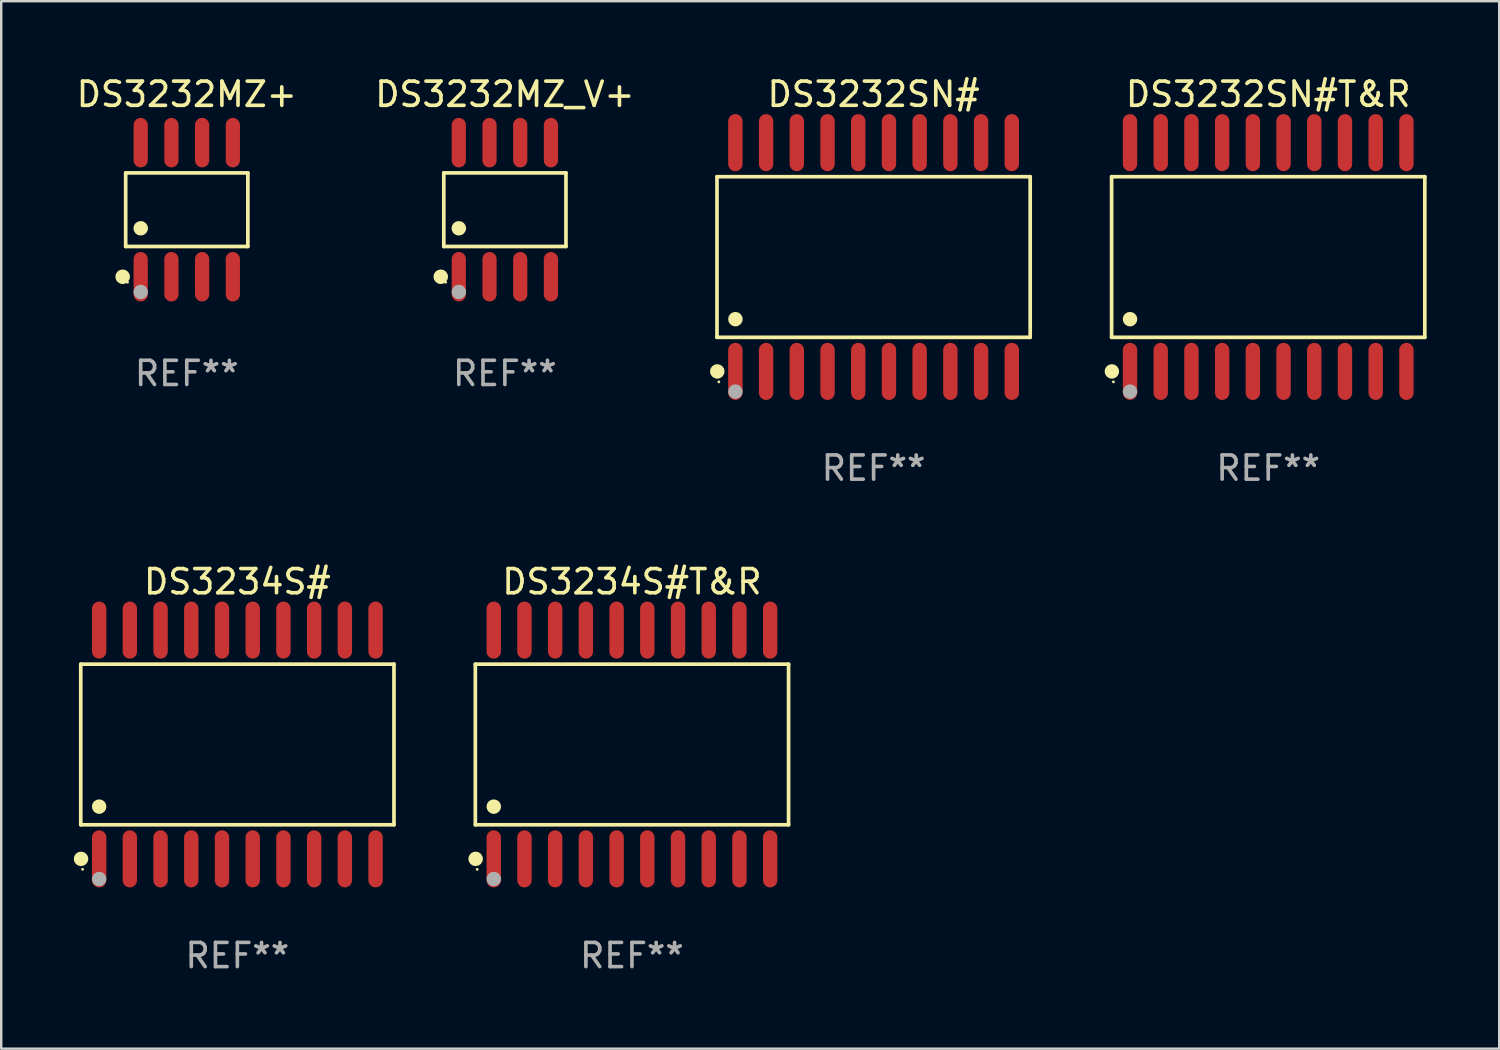
<source format=kicad_pcb>
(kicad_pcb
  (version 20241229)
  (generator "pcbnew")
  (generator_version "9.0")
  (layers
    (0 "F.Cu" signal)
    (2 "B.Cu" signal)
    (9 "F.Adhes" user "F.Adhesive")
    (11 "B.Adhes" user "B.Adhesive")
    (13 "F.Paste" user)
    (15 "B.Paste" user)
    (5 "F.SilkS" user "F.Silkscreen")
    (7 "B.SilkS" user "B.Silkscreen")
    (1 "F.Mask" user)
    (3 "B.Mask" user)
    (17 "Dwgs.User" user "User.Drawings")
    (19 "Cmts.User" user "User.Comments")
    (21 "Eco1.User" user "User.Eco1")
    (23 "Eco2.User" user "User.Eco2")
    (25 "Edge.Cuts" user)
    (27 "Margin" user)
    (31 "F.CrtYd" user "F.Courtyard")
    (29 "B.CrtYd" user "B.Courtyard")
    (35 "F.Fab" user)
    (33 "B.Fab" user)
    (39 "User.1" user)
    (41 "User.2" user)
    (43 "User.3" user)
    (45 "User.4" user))
  (footprint "DS3232MZ+"
    (layer "F.Cu")
    (at 4.673 5.621)
    (property "Reference" "DS3232MZ+" (at 0 -4.772 0) (layer "F.SilkS") (effects (font (size 1 1) (thickness 0.15))))
    (attr through_hole)
    (fp_line (start -2.526 -1.521) (end 2.526 -1.521) (stroke (width 0.152) (type solid)) (layer "F.SilkS"))
    (fp_line (start -2.526 1.521) (end -2.526 -1.521) (stroke (width 0.152) (type solid)) (layer "F.SilkS"))
    (fp_line (start 2.526 -1.521) (end 2.526 1.521) (stroke (width 0.152) (type solid)) (layer "F.SilkS"))
    (fp_line (start 2.526 1.521) (end -2.526 1.521) (stroke (width 0.152) (type solid)) (layer "F.SilkS"))
    (fp_circle (center -2.652 2.772) (end -2.501 2.772) (stroke (width 0.3) (type solid)) (fill no) (layer "F.SilkS"))
    (fp_circle (center -2.45 3) (end -2.42 3) (stroke (width 0.06) (type solid)) (fill no) (layer "F.SilkS"))
    (fp_circle (center -1.905 0.769) (end -1.755 0.769) (stroke (width 0.3) (type solid)) (fill no) (layer "F.SilkS"))
    (fp_circle (center -1.905 3.4) (end -1.755 3.4) (stroke (width 0.3) (type solid)) (fill no) (layer "F.Fab"))
    (fp_text user "REF**" (at 0 6.772 0) (layer "F.Fab") (effects (font (size 1 1) (thickness 0.15))))
    (pad "1" smd oval (at -1.905 2.772) (size 0.588 2.045) (layers "F.Cu" "F.Mask" "F.Paste"))
    (pad "2" smd oval (at -0.635 2.772) (size 0.588 2.045) (layers "F.Cu" "F.Mask" "F.Paste"))
    (pad "3" smd oval (at 0.635 2.772) (size 0.588 2.045) (layers "F.Cu" "F.Mask" "F.Paste"))
    (pad "4" smd oval (at 1.905 2.772) (size 0.588 2.045) (layers "F.Cu" "F.Mask" "F.Paste"))
    (pad "5" smd oval (at 1.905 -2.772) (size 0.588 2.045) (layers "F.Cu" "F.Mask" "F.Paste"))
    (pad "6" smd oval (at 0.635 -2.772) (size 0.588 2.045) (layers "F.Cu" "F.Mask" "F.Paste"))
    (pad "7" smd oval (at -0.635 -2.772) (size 0.588 2.045) (layers "F.Cu" "F.Mask" "F.Paste"))
    (pad "8" smd oval (at -1.905 -2.772) (size 0.588 2.045) (layers "F.Cu" "F.Mask" "F.Paste")))
  (footprint "DS3232SN#T&R"
    (layer "F.Cu")
    (at 49.392 7.578)
    (property "Reference" "DS3232SN#T&R" (at 0 -6.73 0) (layer "F.SilkS") (effects (font (size 1 1) (thickness 0.15))))
    (attr through_hole)
    (fp_line (start -6.476 -3.321) (end 6.476 -3.321) (stroke (width 0.152) (type solid)) (layer "F.SilkS"))
    (fp_line (start -6.476 3.321) (end -6.476 -3.321) (stroke (width 0.152) (type solid)) (layer "F.SilkS"))
    (fp_line (start 6.476 -3.321) (end 6.476 3.321) (stroke (width 0.152) (type solid)) (layer "F.SilkS"))
    (fp_line (start 6.476 3.321) (end -6.476 3.321) (stroke (width 0.152) (type solid)) (layer "F.SilkS"))
    (fp_circle (center -6.465 4.73) (end -6.315 4.73) (stroke (width 0.3) (type solid)) (fill no) (layer "F.SilkS"))
    (fp_circle (center -6.4 5.163) (end -6.37 5.163) (stroke (width 0.06) (type solid)) (fill no) (layer "F.SilkS"))
    (fp_circle (center -5.715 2.569) (end -5.565 2.569) (stroke (width 0.3) (type solid)) (fill no) (layer "F.SilkS"))
    (fp_circle (center -5.715 5.563) (end -5.565 5.563) (stroke (width 0.3) (type solid)) (fill no) (layer "F.Fab"))
    (fp_text user "REF**" (at 0 8.73 0) (layer "F.Fab") (effects (font (size 1 1) (thickness 0.15))))
    (pad "1" smd oval (at -5.715 4.73) (size 0.595 2.36) (layers "F.Cu" "F.Mask" "F.Paste"))
    (pad "2" smd oval (at -4.445 4.73) (size 0.595 2.36) (layers "F.Cu" "F.Mask" "F.Paste"))
    (pad "3" smd oval (at -3.175 4.73) (size 0.595 2.36) (layers "F.Cu" "F.Mask" "F.Paste"))
    (pad "4" smd oval (at -1.905 4.73) (size 0.595 2.36) (layers "F.Cu" "F.Mask" "F.Paste"))
    (pad "5" smd oval (at -0.635 4.73) (size 0.595 2.36) (layers "F.Cu" "F.Mask" "F.Paste"))
    (pad "6" smd oval (at 0.635 4.73) (size 0.595 2.36) (layers "F.Cu" "F.Mask" "F.Paste"))
    (pad "7" smd oval (at 1.905 4.73) (size 0.595 2.36) (layers "F.Cu" "F.Mask" "F.Paste"))
    (pad "8" smd oval (at 3.175 4.73) (size 0.595 2.36) (layers "F.Cu" "F.Mask" "F.Paste"))
    (pad "9" smd oval (at 4.445 4.73) (size 0.595 2.36) (layers "F.Cu" "F.Mask" "F.Paste"))
    (pad "10" smd oval (at 5.715 4.73) (size 0.595 2.36) (layers "F.Cu" "F.Mask" "F.Paste"))
    (pad "11" smd oval (at 5.715 -4.73) (size 0.595 2.36) (layers "F.Cu" "F.Mask" "F.Paste"))
    (pad "12" smd oval (at 4.445 -4.73) (size 0.595 2.36) (layers "F.Cu" "F.Mask" "F.Paste"))
    (pad "13" smd oval (at 3.175 -4.73) (size 0.595 2.36) (layers "F.Cu" "F.Mask" "F.Paste"))
    (pad "14" smd oval (at 1.905 -4.73) (size 0.595 2.36) (layers "F.Cu" "F.Mask" "F.Paste"))
    (pad "15" smd oval (at 0.635 -4.73) (size 0.595 2.36) (layers "F.Cu" "F.Mask" "F.Paste"))
    (pad "16" smd oval (at -0.635 -4.73) (size 0.595 2.36) (layers "F.Cu" "F.Mask" "F.Paste"))
    (pad "17" smd oval (at -1.905 -4.73) (size 0.595 2.36) (layers "F.Cu" "F.Mask" "F.Paste"))
    (pad "18" smd oval (at -3.175 -4.73) (size 0.595 2.36) (layers "F.Cu" "F.Mask" "F.Paste"))
    (pad "19" smd oval (at -4.445 -4.73) (size 0.595 2.36) (layers "F.Cu" "F.Mask" "F.Paste"))
    (pad "20" smd oval (at -5.715 -4.73) (size 0.595 2.36) (layers "F.Cu" "F.Mask" "F.Paste")))
  (footprint "DS3234S#"
    (layer "F.Cu")
    (at 6.765 27.735)
    (property "Reference" "DS3234S#" (at 0 -6.73 0) (layer "F.SilkS") (effects (font (size 1 1) (thickness 0.15))))
    (attr through_hole)
    (fp_line (start -6.476 -3.321) (end 6.476 -3.321) (stroke (width 0.152) (type solid)) (layer "F.SilkS"))
    (fp_line (start -6.476 3.321) (end -6.476 -3.321) (stroke (width 0.152) (type solid)) (layer "F.SilkS"))
    (fp_line (start 6.476 -3.321) (end 6.476 3.321) (stroke (width 0.152) (type solid)) (layer "F.SilkS"))
    (fp_line (start 6.476 3.321) (end -6.476 3.321) (stroke (width 0.152) (type solid)) (layer "F.SilkS"))
    (fp_circle (center -6.465 4.73) (end -6.315 4.73) (stroke (width 0.3) (type solid)) (fill no) (layer "F.SilkS"))
    (fp_circle (center -6.4 5.163) (end -6.37 5.163) (stroke (width 0.06) (type solid)) (fill no) (layer "F.SilkS"))
    (fp_circle (center -5.715 2.569) (end -5.565 2.569) (stroke (width 0.3) (type solid)) (fill no) (layer "F.SilkS"))
    (fp_circle (center -5.715 5.563) (end -5.565 5.563) (stroke (width 0.3) (type solid)) (fill no) (layer "F.Fab"))
    (fp_text user "REF**" (at 0 8.73 0) (layer "F.Fab") (effects (font (size 1 1) (thickness 0.15))))
    (pad "1" smd oval (at -5.715 4.73) (size 0.595 2.36) (layers "F.Cu" "F.Mask" "F.Paste"))
    (pad "2" smd oval (at -4.445 4.73) (size 0.595 2.36) (layers "F.Cu" "F.Mask" "F.Paste"))
    (pad "3" smd oval (at -3.175 4.73) (size 0.595 2.36) (layers "F.Cu" "F.Mask" "F.Paste"))
    (pad "4" smd oval (at -1.905 4.73) (size 0.595 2.36) (layers "F.Cu" "F.Mask" "F.Paste"))
    (pad "5" smd oval (at -0.635 4.73) (size 0.595 2.36) (layers "F.Cu" "F.Mask" "F.Paste"))
    (pad "6" smd oval (at 0.635 4.73) (size 0.595 2.36) (layers "F.Cu" "F.Mask" "F.Paste"))
    (pad "7" smd oval (at 1.905 4.73) (size 0.595 2.36) (layers "F.Cu" "F.Mask" "F.Paste"))
    (pad "8" smd oval (at 3.175 4.73) (size 0.595 2.36) (layers "F.Cu" "F.Mask" "F.Paste"))
    (pad "9" smd oval (at 4.445 4.73) (size 0.595 2.36) (layers "F.Cu" "F.Mask" "F.Paste"))
    (pad "10" smd oval (at 5.715 4.73) (size 0.595 2.36) (layers "F.Cu" "F.Mask" "F.Paste"))
    (pad "11" smd oval (at 5.715 -4.73) (size 0.595 2.36) (layers "F.Cu" "F.Mask" "F.Paste"))
    (pad "12" smd oval (at 4.445 -4.73) (size 0.595 2.36) (layers "F.Cu" "F.Mask" "F.Paste"))
    (pad "13" smd oval (at 3.175 -4.73) (size 0.595 2.36) (layers "F.Cu" "F.Mask" "F.Paste"))
    (pad "14" smd oval (at 1.905 -4.73) (size 0.595 2.36) (layers "F.Cu" "F.Mask" "F.Paste"))
    (pad "15" smd oval (at 0.635 -4.73) (size 0.595 2.36) (layers "F.Cu" "F.Mask" "F.Paste"))
    (pad "16" smd oval (at -0.635 -4.73) (size 0.595 2.36) (layers "F.Cu" "F.Mask" "F.Paste"))
    (pad "17" smd oval (at -1.905 -4.73) (size 0.595 2.36) (layers "F.Cu" "F.Mask" "F.Paste"))
    (pad "18" smd oval (at -3.175 -4.73) (size 0.595 2.36) (layers "F.Cu" "F.Mask" "F.Paste"))
    (pad "19" smd oval (at -4.445 -4.73) (size 0.595 2.36) (layers "F.Cu" "F.Mask" "F.Paste"))
    (pad "20" smd oval (at -5.715 -4.73) (size 0.595 2.36) (layers "F.Cu" "F.Mask" "F.Paste")))
  (footprint "DS3234S#T&R"
    (layer "F.Cu")
    (at 23.082 27.735)
    (property "Reference" "DS3234S#T&R" (at 0 -6.73 0) (layer "F.SilkS") (effects (font (size 1 1) (thickness 0.15))))
    (attr through_hole)
    (fp_line (start -6.476 -3.321) (end 6.476 -3.321) (stroke (width 0.152) (type solid)) (layer "F.SilkS"))
    (fp_line (start -6.476 3.321) (end -6.476 -3.321) (stroke (width 0.152) (type solid)) (layer "F.SilkS"))
    (fp_line (start 6.476 -3.321) (end 6.476 3.321) (stroke (width 0.152) (type solid)) (layer "F.SilkS"))
    (fp_line (start 6.476 3.321) (end -6.476 3.321) (stroke (width 0.152) (type solid)) (layer "F.SilkS"))
    (fp_circle (center -6.465 4.73) (end -6.315 4.73) (stroke (width 0.3) (type solid)) (fill no) (layer "F.SilkS"))
    (fp_circle (center -6.4 5.163) (end -6.37 5.163) (stroke (width 0.06) (type solid)) (fill no) (layer "F.SilkS"))
    (fp_circle (center -5.715 2.569) (end -5.565 2.569) (stroke (width 0.3) (type solid)) (fill no) (layer "F.SilkS"))
    (fp_circle (center -5.715 5.563) (end -5.565 5.563) (stroke (width 0.3) (type solid)) (fill no) (layer "F.Fab"))
    (fp_text user "REF**" (at 0 8.73 0) (layer "F.Fab") (effects (font (size 1 1) (thickness 0.15))))
    (pad "1" smd oval (at -5.715 4.73) (size 0.595 2.36) (layers "F.Cu" "F.Mask" "F.Paste"))
    (pad "2" smd oval (at -4.445 4.73) (size 0.595 2.36) (layers "F.Cu" "F.Mask" "F.Paste"))
    (pad "3" smd oval (at -3.175 4.73) (size 0.595 2.36) (layers "F.Cu" "F.Mask" "F.Paste"))
    (pad "4" smd oval (at -1.905 4.73) (size 0.595 2.36) (layers "F.Cu" "F.Mask" "F.Paste"))
    (pad "5" smd oval (at -0.635 4.73) (size 0.595 2.36) (layers "F.Cu" "F.Mask" "F.Paste"))
    (pad "6" smd oval (at 0.635 4.73) (size 0.595 2.36) (layers "F.Cu" "F.Mask" "F.Paste"))
    (pad "7" smd oval (at 1.905 4.73) (size 0.595 2.36) (layers "F.Cu" "F.Mask" "F.Paste"))
    (pad "8" smd oval (at 3.175 4.73) (size 0.595 2.36) (layers "F.Cu" "F.Mask" "F.Paste"))
    (pad "9" smd oval (at 4.445 4.73) (size 0.595 2.36) (layers "F.Cu" "F.Mask" "F.Paste"))
    (pad "10" smd oval (at 5.715 4.73) (size 0.595 2.36) (layers "F.Cu" "F.Mask" "F.Paste"))
    (pad "11" smd oval (at 5.715 -4.73) (size 0.595 2.36) (layers "F.Cu" "F.Mask" "F.Paste"))
    (pad "12" smd oval (at 4.445 -4.73) (size 0.595 2.36) (layers "F.Cu" "F.Mask" "F.Paste"))
    (pad "13" smd oval (at 3.175 -4.73) (size 0.595 2.36) (layers "F.Cu" "F.Mask" "F.Paste"))
    (pad "14" smd oval (at 1.905 -4.73) (size 0.595 2.36) (layers "F.Cu" "F.Mask" "F.Paste"))
    (pad "15" smd oval (at 0.635 -4.73) (size 0.595 2.36) (layers "F.Cu" "F.Mask" "F.Paste"))
    (pad "16" smd oval (at -0.635 -4.73) (size 0.595 2.36) (layers "F.Cu" "F.Mask" "F.Paste"))
    (pad "17" smd oval (at -1.905 -4.73) (size 0.595 2.36) (layers "F.Cu" "F.Mask" "F.Paste"))
    (pad "18" smd oval (at -3.175 -4.73) (size 0.595 2.36) (layers "F.Cu" "F.Mask" "F.Paste"))
    (pad "19" smd oval (at -4.445 -4.73) (size 0.595 2.36) (layers "F.Cu" "F.Mask" "F.Paste"))
    (pad "20" smd oval (at -5.715 -4.73) (size 0.595 2.36) (layers "F.Cu" "F.Mask" "F.Paste")))
  (footprint "DS3232SN#"
    (layer "F.Cu")
    (at 33.074 7.578)
    (property "Reference" "DS3232SN#" (at 0 -6.73 0) (layer "F.SilkS") (effects (font (size 1 1) (thickness 0.15))))
    (attr through_hole)
    (fp_line (start -6.476 -3.321) (end 6.476 -3.321) (stroke (width 0.152) (type solid)) (layer "F.SilkS"))
    (fp_line (start -6.476 3.321) (end -6.476 -3.321) (stroke (width 0.152) (type solid)) (layer "F.SilkS"))
    (fp_line (start 6.476 -3.321) (end 6.476 3.321) (stroke (width 0.152) (type solid)) (layer "F.SilkS"))
    (fp_line (start 6.476 3.321) (end -6.476 3.321) (stroke (width 0.152) (type solid)) (layer "F.SilkS"))
    (fp_circle (center -6.465 4.73) (end -6.315 4.73) (stroke (width 0.3) (type solid)) (fill no) (layer "F.SilkS"))
    (fp_circle (center -6.4 5.163) (end -6.37 5.163) (stroke (width 0.06) (type solid)) (fill no) (layer "F.SilkS"))
    (fp_circle (center -5.715 2.569) (end -5.565 2.569) (stroke (width 0.3) (type solid)) (fill no) (layer "F.SilkS"))
    (fp_circle (center -5.715 5.563) (end -5.565 5.563) (stroke (width 0.3) (type solid)) (fill no) (layer "F.Fab"))
    (fp_text user "REF**" (at 0 8.73 0) (layer "F.Fab") (effects (font (size 1 1) (thickness 0.15))))
    (pad "1" smd oval (at -5.715 4.73) (size 0.595 2.36) (layers "F.Cu" "F.Mask" "F.Paste"))
    (pad "2" smd oval (at -4.445 4.73) (size 0.595 2.36) (layers "F.Cu" "F.Mask" "F.Paste"))
    (pad "3" smd oval (at -3.175 4.73) (size 0.595 2.36) (layers "F.Cu" "F.Mask" "F.Paste"))
    (pad "4" smd oval (at -1.905 4.73) (size 0.595 2.36) (layers "F.Cu" "F.Mask" "F.Paste"))
    (pad "5" smd oval (at -0.635 4.73) (size 0.595 2.36) (layers "F.Cu" "F.Mask" "F.Paste"))
    (pad "6" smd oval (at 0.635 4.73) (size 0.595 2.36) (layers "F.Cu" "F.Mask" "F.Paste"))
    (pad "7" smd oval (at 1.905 4.73) (size 0.595 2.36) (layers "F.Cu" "F.Mask" "F.Paste"))
    (pad "8" smd oval (at 3.175 4.73) (size 0.595 2.36) (layers "F.Cu" "F.Mask" "F.Paste"))
    (pad "9" smd oval (at 4.445 4.73) (size 0.595 2.36) (layers "F.Cu" "F.Mask" "F.Paste"))
    (pad "10" smd oval (at 5.715 4.73) (size 0.595 2.36) (layers "F.Cu" "F.Mask" "F.Paste"))
    (pad "11" smd oval (at 5.715 -4.73) (size 0.595 2.36) (layers "F.Cu" "F.Mask" "F.Paste"))
    (pad "12" smd oval (at 4.445 -4.73) (size 0.595 2.36) (layers "F.Cu" "F.Mask" "F.Paste"))
    (pad "13" smd oval (at 3.175 -4.73) (size 0.595 2.36) (layers "F.Cu" "F.Mask" "F.Paste"))
    (pad "14" smd oval (at 1.905 -4.73) (size 0.595 2.36) (layers "F.Cu" "F.Mask" "F.Paste"))
    (pad "15" smd oval (at 0.635 -4.73) (size 0.595 2.36) (layers "F.Cu" "F.Mask" "F.Paste"))
    (pad "16" smd oval (at -0.635 -4.73) (size 0.595 2.36) (layers "F.Cu" "F.Mask" "F.Paste"))
    (pad "17" smd oval (at -1.905 -4.73) (size 0.595 2.36) (layers "F.Cu" "F.Mask" "F.Paste"))
    (pad "18" smd oval (at -3.175 -4.73) (size 0.595 2.36) (layers "F.Cu" "F.Mask" "F.Paste"))
    (pad "19" smd oval (at -4.445 -4.73) (size 0.595 2.36) (layers "F.Cu" "F.Mask" "F.Paste"))
    (pad "20" smd oval (at -5.715 -4.73) (size 0.595 2.36) (layers "F.Cu" "F.Mask" "F.Paste")))
  (footprint "DS3232MZ_V+"
    (layer "F.Cu")
    (at 17.827 5.621)
    (property "Reference" "DS3232MZ_V+" (at 0 -4.772 0) (layer "F.SilkS") (effects (font (size 1 1) (thickness 0.15))))
    (attr through_hole)
    (fp_line (start -2.526 -1.521) (end 2.526 -1.521) (stroke (width 0.152) (type solid)) (layer "F.SilkS"))
    (fp_line (start -2.526 1.521) (end -2.526 -1.521) (stroke (width 0.152) (type solid)) (layer "F.SilkS"))
    (fp_line (start 2.526 -1.521) (end 2.526 1.521) (stroke (width 0.152) (type solid)) (layer "F.SilkS"))
    (fp_line (start 2.526 1.521) (end -2.526 1.521) (stroke (width 0.152) (type solid)) (layer "F.SilkS"))
    (fp_circle (center -2.652 2.772) (end -2.501 2.772) (stroke (width 0.3) (type solid)) (fill no) (layer "F.SilkS"))
    (fp_circle (center -2.45 3) (end -2.42 3) (stroke (width 0.06) (type solid)) (fill no) (layer "F.SilkS"))
    (fp_circle (center -1.905 0.769) (end -1.755 0.769) (stroke (width 0.3) (type solid)) (fill no) (layer "F.SilkS"))
    (fp_circle (center -1.905 3.4) (end -1.755 3.4) (stroke (width 0.3) (type solid)) (fill no) (layer "F.Fab"))
    (fp_text user "REF**" (at 0 6.772 0) (layer "F.Fab") (effects (font (size 1 1) (thickness 0.15))))
    (pad "1" smd oval (at -1.905 2.772) (size 0.588 2.045) (layers "F.Cu" "F.Mask" "F.Paste"))
    (pad "2" smd oval (at -0.635 2.772) (size 0.588 2.045) (layers "F.Cu" "F.Mask" "F.Paste"))
    (pad "3" smd oval (at 0.635 2.772) (size 0.588 2.045) (layers "F.Cu" "F.Mask" "F.Paste"))
    (pad "4" smd oval (at 1.905 2.772) (size 0.588 2.045) (layers "F.Cu" "F.Mask" "F.Paste"))
    (pad "5" smd oval (at 1.905 -2.772) (size 0.588 2.045) (layers "F.Cu" "F.Mask" "F.Paste"))
    (pad "6" smd oval (at 0.635 -2.772) (size 0.588 2.045) (layers "F.Cu" "F.Mask" "F.Paste"))
    (pad "7" smd oval (at -0.635 -2.772) (size 0.588 2.045) (layers "F.Cu" "F.Mask" "F.Paste"))
    (pad "8" smd oval (at -1.905 -2.772) (size 0.588 2.045) (layers "F.Cu" "F.Mask" "F.Paste")))
  (gr_rect
    (start -3 -3)
    (end 58.944 40.313)
    (stroke (width 0.1) (type default))
    (fill no)
    (layer "Edge.Cuts")))
</source>
